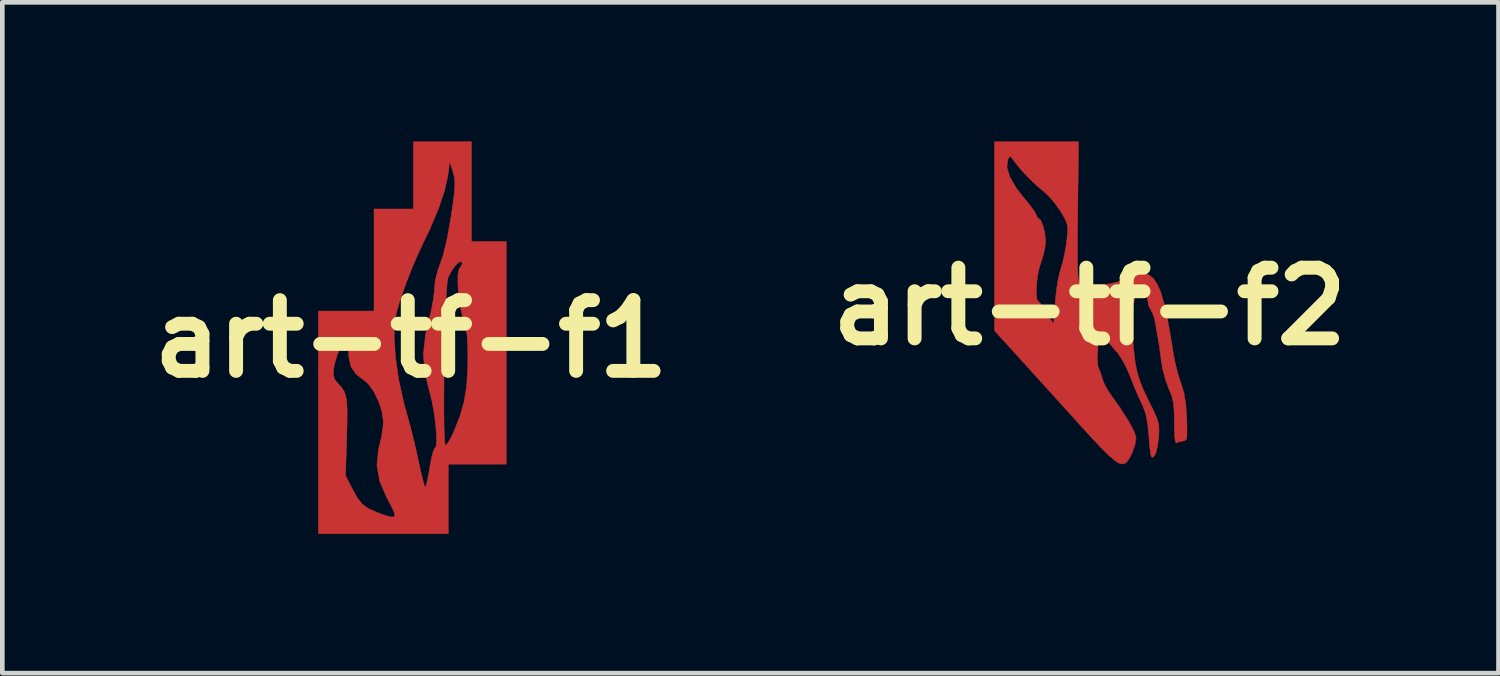
<source format=kicad_pcb>
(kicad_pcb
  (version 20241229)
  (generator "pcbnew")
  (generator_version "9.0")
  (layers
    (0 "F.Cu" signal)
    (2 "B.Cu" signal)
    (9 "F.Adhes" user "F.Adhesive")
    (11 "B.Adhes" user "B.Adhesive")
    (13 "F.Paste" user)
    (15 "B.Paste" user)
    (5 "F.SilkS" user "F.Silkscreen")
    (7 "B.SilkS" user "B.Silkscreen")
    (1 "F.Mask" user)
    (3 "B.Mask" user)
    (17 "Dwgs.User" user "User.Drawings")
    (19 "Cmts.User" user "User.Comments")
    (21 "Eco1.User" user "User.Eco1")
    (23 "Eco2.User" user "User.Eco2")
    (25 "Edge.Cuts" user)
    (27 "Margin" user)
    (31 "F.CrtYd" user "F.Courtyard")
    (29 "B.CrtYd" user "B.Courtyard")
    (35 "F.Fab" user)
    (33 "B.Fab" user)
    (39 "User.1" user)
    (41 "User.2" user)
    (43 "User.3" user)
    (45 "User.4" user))
  (footprint "art-tf-f2"
    (layer "F.Cu")
    (at 20.439 3.555)
    (property "Reference" "art-tf-f2" (at 0 0 0) (layer "F.SilkS") (effects (font (size 1.524 1.524) (thickness 0.3))))
    (attr through_hole)
    (fp_poly (pts (xy -0.257 -2.048) (xy -0.262 -1.614) (xy -0.264 -1.269) (xy -0.263 -1.004) (xy -0.259 -0.807) (xy -0.251 -0.668) (xy -0.239 -0.577) (xy -0.222 -0.523) (xy -0.201 -0.496) (xy -0.2 -0.496) (xy -0.099 -0.467) (xy 0.065 -0.458) (xy 0.258 -0.466) (xy 0.447 -0.49) (xy 0.598 -0.525) (xy 0.67 -0.563) (xy 0.77 -0.631) (xy 0.911 -0.695) (xy 0.933 -0.703) (xy 1.074 -0.737) (xy 1.187 -0.72) (xy 1.279 -0.676) (xy 1.373 -0.602) (xy 1.457 -0.479) (xy 1.534 -0.3) (xy 1.606 -0.055) (xy 1.677 0.266) (xy 1.749 0.67) (xy 1.801 1) (xy 1.846 1.233) (xy 1.907 1.472) (xy 1.966 1.65) (xy 2.033 1.866) (xy 2.074 2.124) (xy 2.092 2.413) (xy 2.099 2.637) (xy 2.097 2.779) (xy 2.084 2.859) (xy 2.058 2.893) (xy 2.015 2.9) (xy 1.91 2.923) (xy 1.873 2.947) (xy 1.849 2.925) (xy 1.833 2.81) (xy 1.826 2.61) (xy 1.825 2.51) (xy 1.821 2.261) (xy 1.805 2.081) (xy 1.772 1.938) (xy 1.718 1.799) (xy 1.706 1.775) (xy 1.637 1.588) (xy 1.576 1.358) (xy 1.544 1.175) (xy 1.519 0.979) (xy 1.494 0.807) (xy 1.476 0.7) (xy 1.451 0.566) (xy 1.424 0.401) (xy 1.42 0.375) (xy 1.388 0.23) (xy 1.345 0.122) (xy 1.335 0.107) (xy 1.278 0.000276) (xy 1.268 -0.043) (xy 1.224 -0.279) (xy 1.173 -0.416) (xy 1.117 -0.454) (xy 1.056 -0.392) (xy 0.99 -0.23) (xy 0.971 -0.167) (xy 0.927 0.025) (xy 0.909 0.23) (xy 0.915 0.486) (xy 0.92 0.57) (xy 0.947 0.913) (xy 0.978 1.182) (xy 1.02 1.403) (xy 1.079 1.602) (xy 1.161 1.806) (xy 1.274 2.039) (xy 1.288 2.068) (xy 1.391 2.277) (xy 1.455 2.426) (xy 1.488 2.546) (xy 1.496 2.667) (xy 1.488 2.816) (xy 1.487 2.836) (xy 1.461 3.027) (xy 1.422 3.173) (xy 1.387 3.234) (xy 1.353 3.257) (xy 1.328 3.235) (xy 1.309 3.153) (xy 1.292 2.998) (xy 1.278 2.817) (xy 1.25 2.531) (xy 1.209 2.318) (xy 1.149 2.149) (xy 1.125 2.1) (xy 1.047 1.935) (xy 0.957 1.723) (xy 0.877 1.517) (xy 0.793 1.319) (xy 0.698 1.139) (xy 0.612 1.015) (xy 0.61 1.012) (xy 0.486 0.869) (xy 0.359 0.714) (xy 0.344 0.695) (xy 0.213 0.525) (xy 0.177 0.881) (xy 0.164 1.106) (xy 0.174 1.269) (xy 0.193 1.331) (xy 0.244 1.456) (xy 0.271 1.553) (xy 0.317 1.676) (xy 0.399 1.821) (xy 0.421 1.853) (xy 0.666 2.203) (xy 0.843 2.48) (xy 0.954 2.687) (xy 0.999 2.824) (xy 1 2.842) (xy 0.978 2.974) (xy 0.923 3.136) (xy 0.899 3.191) (xy 0.844 3.295) (xy 0.79 3.366) (xy 0.729 3.398) (xy 0.651 3.388) (xy 0.55 3.329) (xy 0.418 3.216) (xy 0.245 3.045) (xy 0.025 2.811) (xy -0.251 2.508) (xy -0.335 2.415) (xy -0.601 2.122) (xy -0.869 1.825) (xy -1.126 1.542) (xy -1.355 1.289) (xy -1.543 1.082) (xy -1.637 0.978) (xy -2.05 0.525) (xy -2.05 -3.002) (xy -1.784 -3.002) (xy -1.723 -2.795) (xy -1.586 -2.556) (xy -1.426 -2.351) (xy -1.299 -2.197) (xy -1.203 -2.066) (xy -1.154 -1.981) (xy -1.15 -1.966) (xy -1.123 -1.905) (xy -1.105 -1.9) (xy -1.055 -1.855) (xy -1.006 -1.74) (xy -0.968 -1.585) (xy -0.95 -1.42) (xy -0.95 -1.394) (xy -0.969 -1.234) (xy -1.018 -1.042) (xy -1.05 -0.95) (xy -1.097 -0.793) (xy -1.13 -0.609) (xy -1.148 -0.423) (xy -1.15 -0.259) (xy -1.134 -0.143) (xy -1.1 -0.1) (xy -1.055 -0.06) (xy -1.05 -0.029) (xy -1.02 0.052) (xy -0.944 0.167) (xy -0.912 0.206) (xy -0.775 0.37) (xy -0.742 -0.103) (xy -0.718 -0.341) (xy -0.682 -0.57) (xy -0.64 -0.752) (xy -0.625 -0.8) (xy -0.576 -0.968) (xy -0.529 -1.186) (xy -0.497 -1.396) (xy -0.476 -1.588) (xy -0.475 -1.718) (xy -0.501 -1.823) (xy -0.561 -1.941) (xy -0.624 -2.046) (xy -0.743 -2.216) (xy -0.872 -2.369) (xy -0.959 -2.45) (xy -1.142 -2.605) (xy -1.335 -2.791) (xy -1.506 -2.977) (xy -1.622 -3.124) (xy -1.688 -3.216) (xy -1.726 -3.231) (xy -1.759 -3.176) (xy -1.763 -3.167) (xy -1.784 -3.002) (xy -2.05 -3.002) (xy -2.05 -3.55) (xy -0.24 -3.55) (xy -0.257 -2.048)) (stroke (width 0.01) (type solid)) (fill yes) (layer "F.Cu")))
  (footprint "art-tf-f1"
    (layer "F.Cu")
    (at 5.813 4.255)
    (property "Reference" "art-tf-f1" (at 0 0 0) (layer "F.SilkS") (effects (font (size 1.524 1.524) (thickness 0.3))))
    (attr through_hole)
    (fp_poly (pts (xy 1.3 -2.1) (xy 2.05 -2.1) (xy 2.05 2.7) (xy 0.8 2.7) (xy 0.8 4.2) (xy -2 4.2) (xy -2 0.78) (xy -1.679 0.78) (xy -1.645 0.881) (xy -1.583 0.956) (xy -1.505 1.041) (xy -1.449 1.123) (xy -1.411 1.22) (xy -1.389 1.35) (xy -1.38 1.528) (xy -1.381 1.772) (xy -1.389 2.098) (xy -1.389 2.104) (xy -1.414 2.946) (xy -1.274 3.223) (xy -1.162 3.425) (xy -1.055 3.561) (xy -0.925 3.656) (xy -0.744 3.738) (xy -0.718 3.748) (xy -0.529 3.815) (xy -0.415 3.841) (xy -0.361 3.829) (xy -0.35 3.792) (xy -0.373 3.722) (xy -0.434 3.593) (xy -0.519 3.433) (xy -0.524 3.424) (xy -0.679 3.069) (xy -0.738 2.724) (xy -0.704 2.376) (xy -0.681 2.288) (xy -0.634 2.084) (xy -0.605 1.876) (xy -0.6 1.781) (xy -0.627 1.577) (xy -0.7 1.352) (xy -0.802 1.141) (xy -0.92 0.975) (xy -0.995 0.909) (xy -1.186 0.761) (xy -1.296 0.602) (xy -1.343 0.401) (xy -1.348 0.281) (xy -1.353 0.12) (xy -1.367 0.042) (xy -1.396 0.03) (xy -1.42 0.046) (xy -1.514 0.167) (xy -1.598 0.354) (xy -1.658 0.571) (xy -1.668 0.631) (xy -1.679 0.78) (xy -2 0.78) (xy -2 -0.05) (xy -0.366 -0.05) (xy -0.339 0.394) (xy -0.266 0.892) (xy -0.15 1.413) (xy -0.077 1.675) (xy -0.015 1.9) (xy 0.055 2.18) (xy 0.123 2.472) (xy 0.158 2.637) (xy 0.207 2.859) (xy 0.251 3.04) (xy 0.285 3.16) (xy 0.304 3.2) (xy 0.325 3.154) (xy 0.354 3.032) (xy 0.387 2.856) (xy 0.4 2.775) (xy 0.435 2.584) (xy 0.472 2.437) (xy 0.505 2.358) (xy 0.515 2.35) (xy 0.54 2.304) (xy 0.548 2.182) (xy 0.541 2.005) (xy 0.521 1.794) (xy 0.491 1.571) (xy 0.452 1.358) (xy 0.427 1.253) (xy 0.706 1.253) (xy 0.706 1.573) (xy 0.709 1.852) (xy 0.715 2.074) (xy 0.724 2.227) (xy 0.736 2.297) (xy 0.739 2.3) (xy 0.782 2.258) (xy 0.848 2.148) (xy 0.914 2.013) (xy 1.051 1.671) (xy 1.143 1.347) (xy 1.197 1.006) (xy 1.22 0.614) (xy 1.222 0.45) (xy 1.219 0.152) (xy 1.207 -0.069) (xy 1.183 -0.235) (xy 1.146 -0.369) (xy 1.134 -0.4) (xy 1.089 -0.552) (xy 1.051 -0.749) (xy 1.024 -0.964) (xy 1.008 -1.174) (xy 1.007 -1.354) (xy 1.021 -1.478) (xy 1.043 -1.521) (xy 1.094 -1.597) (xy 1.1 -1.637) (xy 1.077 -1.673) (xy 1.018 -1.643) (xy 0.942 -1.565) (xy 0.865 -1.456) (xy 0.803 -1.335) (xy 0.792 -1.304) (xy 0.777 -1.212) (xy 0.763 -1.04) (xy 0.75 -0.803) (xy 0.738 -0.512) (xy 0.728 -0.183) (xy 0.719 0.172) (xy 0.712 0.538) (xy 0.708 0.903) (xy 0.706 1.253) (xy 0.427 1.253) (xy 0.407 1.175) (xy 0.4 1.15) (xy 0.294 0.724) (xy 0.264 0.321) (xy 0.31 -0.092) (xy 0.37 -0.35) (xy 0.428 -0.586) (xy 0.472 -0.817) (xy 0.497 -1.005) (xy 0.5 -1.066) (xy 0.521 -1.265) (xy 0.575 -1.476) (xy 0.599 -1.541) (xy 0.689 -1.802) (xy 0.774 -2.153) (xy 0.854 -2.597) (xy 0.904 -2.934) (xy 0.934 -3.173) (xy 0.943 -3.344) (xy 0.933 -3.477) (xy 0.902 -3.603) (xy 0.9 -3.609) (xy 0.832 -3.825) (xy 0.79 -3.511) (xy 0.719 -3.189) (xy 0.587 -2.799) (xy 0.396 -2.35) (xy 0.242 -2.03) (xy 0.139 -1.809) (xy 0.021 -1.533) (xy -0.093 -1.243) (xy -0.164 -1.05) (xy -0.254 -0.785) (xy -0.313 -0.581) (xy -0.347 -0.408) (xy -0.363 -0.235) (xy -0.366 -0.05) (xy -2 -0.05) (xy -2 -0.6) (xy -0.8 -0.6) (xy -0.8 -2.8) (xy 0.05 -2.8) (xy 0.05 -4.25) (xy 1.3 -4.25) (xy 1.3 -2.1)) (stroke (width 0.01) (type solid)) (fill yes) (layer "F.Cu")))
  (gr_rect
    (start -3 -3)
    (end 29.252 11.46)
    (stroke (width 0.1) (type default))
    (fill no)
    (layer "Edge.Cuts")))
</source>
